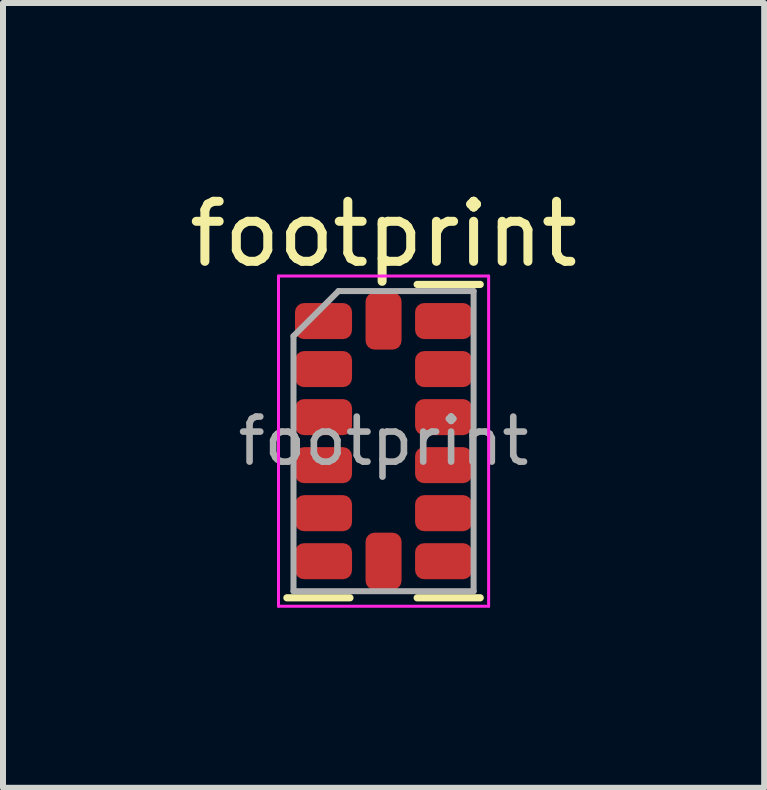
<source format=kicad_pcb>
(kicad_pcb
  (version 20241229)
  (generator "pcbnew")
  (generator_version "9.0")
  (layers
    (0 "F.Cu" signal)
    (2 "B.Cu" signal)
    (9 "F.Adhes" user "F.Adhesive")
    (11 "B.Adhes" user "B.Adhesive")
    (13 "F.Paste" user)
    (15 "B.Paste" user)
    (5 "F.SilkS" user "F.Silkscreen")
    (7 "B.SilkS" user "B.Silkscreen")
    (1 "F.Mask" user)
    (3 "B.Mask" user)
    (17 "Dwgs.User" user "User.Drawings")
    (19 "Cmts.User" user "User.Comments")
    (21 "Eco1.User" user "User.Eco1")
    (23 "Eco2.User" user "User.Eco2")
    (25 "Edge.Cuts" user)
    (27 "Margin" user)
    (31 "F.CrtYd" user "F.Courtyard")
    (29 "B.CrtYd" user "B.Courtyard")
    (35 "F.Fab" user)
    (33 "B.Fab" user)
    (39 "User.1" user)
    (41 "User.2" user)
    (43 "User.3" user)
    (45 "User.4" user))
  (footprint "footprint"
    (layer "F.Cu")
    (at 3.339 4.298)
    (property "Reference" "footprint" (at 0 -3.45 0) (layer "F.SilkS") (effects (font (size 1 1) (thickness 0.15))))
    (attr smd)
    (fp_line (start -0.56 2.61) (end -1.61 2.61) (stroke (width 0.12) (type solid)) (layer "F.SilkS"))
    (fp_line (start 0.56 -2.61) (end 1.61 -2.61) (stroke (width 0.12) (type solid)) (layer "F.SilkS"))
    (fp_line (start 0.56 2.61) (end 1.61 2.61) (stroke (width 0.12) (type solid)) (layer "F.SilkS"))
    (fp_line (start -1.75 -2.75) (end -1.75 2.75) (stroke (width 0.05) (type solid)) (layer "F.CrtYd"))
    (fp_line (start -1.75 2.75) (end 1.75 2.75) (stroke (width 0.05) (type solid)) (layer "F.CrtYd"))
    (fp_line (start 1.75 -2.75) (end -1.75 -2.75) (stroke (width 0.05) (type solid)) (layer "F.CrtYd"))
    (fp_line (start 1.75 2.75) (end 1.75 -2.75) (stroke (width 0.05) (type solid)) (layer "F.CrtYd"))
    (fp_line (start -1.5 -1.75) (end -0.75 -2.5) (stroke (width 0.1) (type solid)) (layer "F.Fab"))
    (fp_line (start -1.5 2.5) (end -1.5 -1.75) (stroke (width 0.1) (type solid)) (layer "F.Fab"))
    (fp_line (start -0.75 -2.5) (end 1.5 -2.5) (stroke (width 0.1) (type solid)) (layer "F.Fab"))
    (fp_line (start 1.5 -2.5) (end 1.5 2.5) (stroke (width 0.1) (type solid)) (layer "F.Fab"))
    (fp_line (start 1.5 2.5) (end -1.5 2.5) (stroke (width 0.1) (type solid)) (layer "F.Fab"))
    (fp_text user "${REFERENCE}" (at 0 0 0) (layer "F.Fab") (effects (font (size 0.75 0.75) (thickness 0.11))))
    (pad "1" smd roundrect (at -1 -2) (size 0.95 0.6) (layers "F.Cu" "F.Mask" "F.Paste") (roundrect_rratio 0.25))
    (pad "2" smd roundrect (at -1 -1.2) (size 0.95 0.6) (layers "F.Cu" "F.Mask" "F.Paste") (roundrect_rratio 0.25))
    (pad "3" smd roundrect (at -1 -0.4) (size 0.95 0.6) (layers "F.Cu" "F.Mask" "F.Paste") (roundrect_rratio 0.25))
    (pad "4" smd roundrect (at -1 0.4) (size 0.95 0.6) (layers "F.Cu" "F.Mask" "F.Paste") (roundrect_rratio 0.25))
    (pad "5" smd roundrect (at -1 1.2) (size 0.95 0.6) (layers "F.Cu" "F.Mask" "F.Paste") (roundrect_rratio 0.25))
    (pad "6" smd roundrect (at -1 2) (size 0.95 0.6) (layers "F.Cu" "F.Mask" "F.Paste") (roundrect_rratio 0.25))
    (pad "7" smd roundrect (at 0 2) (size 0.6 0.95) (layers "F.Cu" "F.Mask" "F.Paste") (roundrect_rratio 0.25))
    (pad "8" smd roundrect (at 1 2) (size 0.95 0.6) (layers "F.Cu" "F.Mask" "F.Paste") (roundrect_rratio 0.25))
    (pad "9" smd roundrect (at 1 1.2) (size 0.95 0.6) (layers "F.Cu" "F.Mask" "F.Paste") (roundrect_rratio 0.25))
    (pad "10" smd roundrect (at 1 0.4) (size 0.95 0.6) (layers "F.Cu" "F.Mask" "F.Paste") (roundrect_rratio 0.25))
    (pad "11" smd roundrect (at 1 -0.4) (size 0.95 0.6) (layers "F.Cu" "F.Mask" "F.Paste") (roundrect_rratio 0.25))
    (pad "12" smd roundrect (at 1 -1.2) (size 0.95 0.6) (layers "F.Cu" "F.Mask" "F.Paste") (roundrect_rratio 0.25))
    (pad "13" smd roundrect (at 1 -2) (size 0.95 0.6) (layers "F.Cu" "F.Mask" "F.Paste") (roundrect_rratio 0.25))
    (pad "14" smd roundrect (at 0 -2) (size 0.6 0.95) (layers "F.Cu" "F.Mask" "F.Paste") (roundrect_rratio 0.25)))
  (gr_rect
    (start -3 -3)
    (end 9.679 10.073)
    (stroke (width 0.1) (type default))
    (fill no)
    (layer "Edge.Cuts")))
</source>
